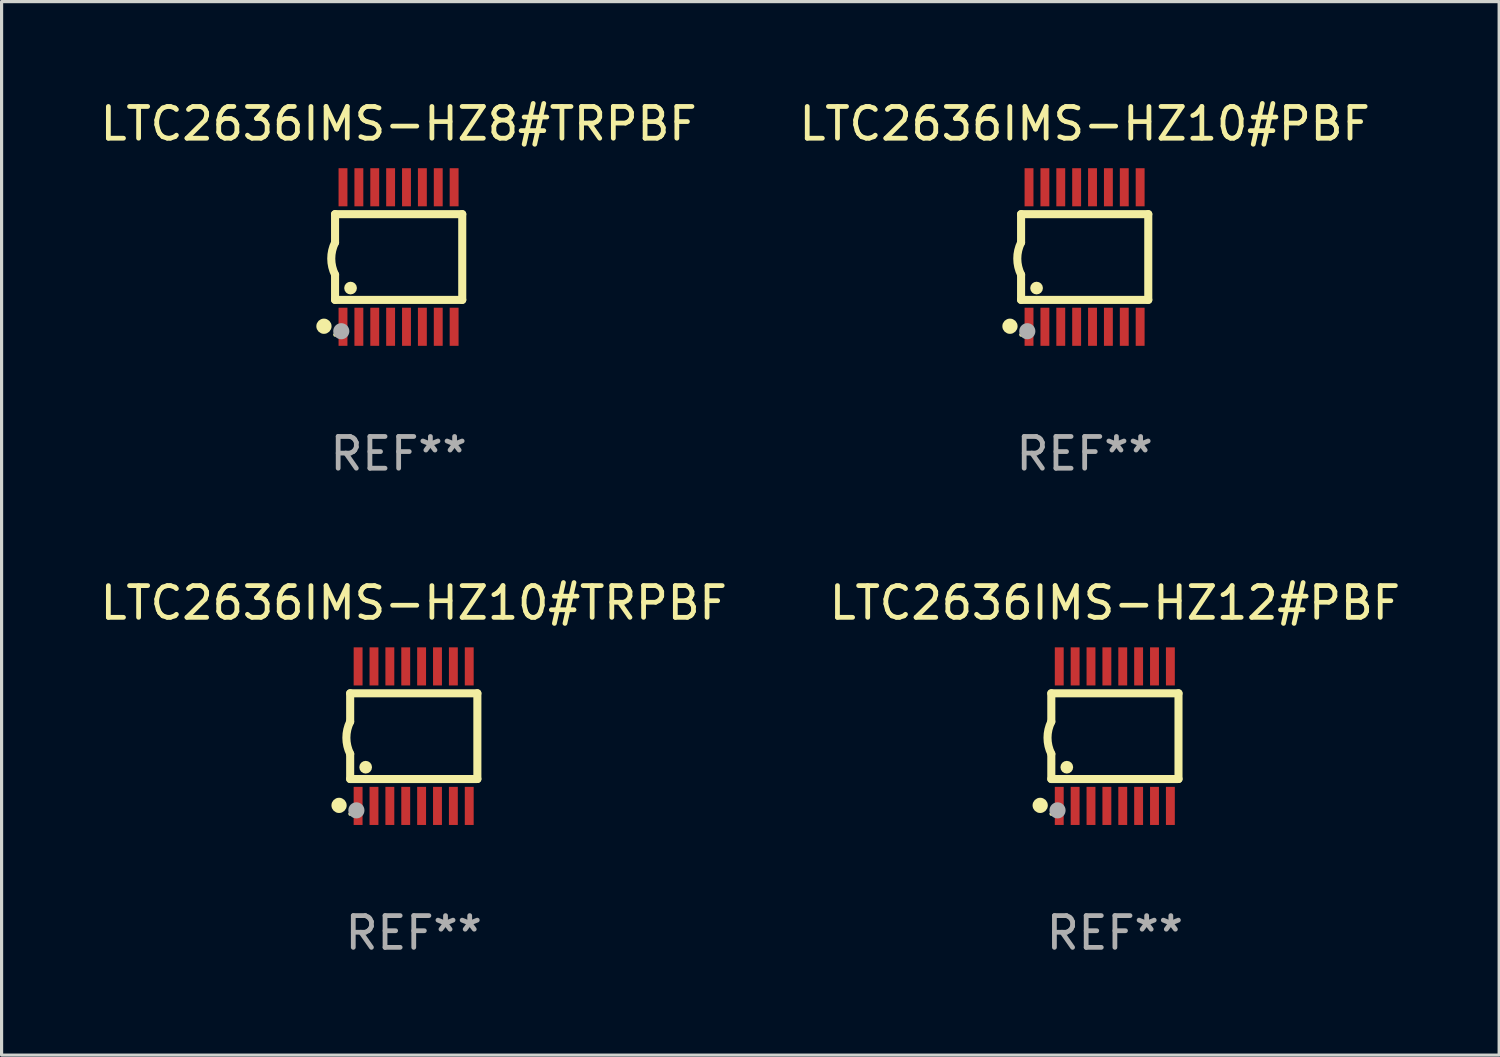
<source format=kicad_pcb>
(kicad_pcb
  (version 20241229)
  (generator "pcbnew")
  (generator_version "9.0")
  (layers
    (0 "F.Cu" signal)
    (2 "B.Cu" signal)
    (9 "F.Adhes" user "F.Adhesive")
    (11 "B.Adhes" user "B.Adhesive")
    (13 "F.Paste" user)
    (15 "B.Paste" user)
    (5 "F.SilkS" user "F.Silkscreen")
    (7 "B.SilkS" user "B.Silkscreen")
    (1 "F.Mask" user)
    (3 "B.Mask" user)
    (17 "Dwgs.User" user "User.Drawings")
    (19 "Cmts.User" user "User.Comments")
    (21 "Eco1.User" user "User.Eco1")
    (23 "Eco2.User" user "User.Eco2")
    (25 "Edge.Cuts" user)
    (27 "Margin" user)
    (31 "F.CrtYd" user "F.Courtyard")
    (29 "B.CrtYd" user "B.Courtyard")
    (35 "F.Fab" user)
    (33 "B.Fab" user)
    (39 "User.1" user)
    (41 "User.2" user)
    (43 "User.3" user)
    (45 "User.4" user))
  (footprint "LTC2636IMS-HZ10#TRPBF"
    (layer "F.Cu")
    (at 9.982 20.136)
    (property "Reference" "LTC2636IMS-HZ10#TRPBF" (at 0 -4.197 0) (layer "F.SilkS") (effects (font (size 1 1) (thickness 0.15))))
    (attr through_hole)
    (fp_line (start -2.003 -1.35) (end -2.003 -0.457) (stroke (width 0.254) (type solid)) (layer "F.SilkS"))
    (fp_line (start -2.003 -1.35) (end 2.003 -1.35) (stroke (width 0.254) (type solid)) (layer "F.SilkS"))
    (fp_line (start -2.003 1.35) (end -2.003 0.559) (stroke (width 0.254) (type solid)) (layer "F.SilkS"))
    (fp_line (start -2.003 1.35) (end 2.003 1.35) (stroke (width 0.254) (type solid)) (layer "F.SilkS"))
    (fp_line (start 2.003 -1.35) (end 2.003 1.35) (stroke (width 0.254) (type solid)) (layer "F.SilkS"))
    (fp_arc (start -2.002286 0.558802) (mid -2.122556 0.05092) (end -2.003302 -0.457201) (stroke (width 0.254001) (type solid)) (layer "F.SilkS"))
    (fp_circle (center -2.353 2.18) (end -2.233 2.18) (stroke (width 0.24) (type solid)) (fill no) (layer "F.SilkS"))
    (fp_circle (center -2.003 2.45) (end -1.973 2.45) (stroke (width 0.06) (type solid)) (fill no) (layer "F.SilkS"))
    (fp_circle (center -1.515 0.978) (end -1.415 0.978) (stroke (width 0.2) (type solid)) (fill no) (layer "F.SilkS"))
    (fp_circle (center -1.807 2.337) (end -1.68 2.337) (stroke (width 0.254) (type solid)) (fill no) (layer "F.Fab"))
    (fp_text user "REF**" (at 0 6.197 0) (layer "F.Fab") (effects (font (size 1 1) (thickness 0.15))))
    (pad "1" smd rect (at -1.753 2.197 90) (size 1.2 0.28) (layers "F.Cu" "F.Mask" "F.Paste"))
    (pad "2" smd rect (at -1.253 2.197 90) (size 1.2 0.28) (layers "F.Cu" "F.Mask" "F.Paste"))
    (pad "3" smd rect (at -0.753 2.197 90) (size 1.2 0.28) (layers "F.Cu" "F.Mask" "F.Paste"))
    (pad "4" smd rect (at -0.253 2.197 90) (size 1.2 0.28) (layers "F.Cu" "F.Mask" "F.Paste"))
    (pad "5" smd rect (at 0.247 2.197 90) (size 1.2 0.28) (layers "F.Cu" "F.Mask" "F.Paste"))
    (pad "6" smd rect (at 0.747 2.197 90) (size 1.2 0.28) (layers "F.Cu" "F.Mask" "F.Paste"))
    (pad "7" smd rect (at 1.247 2.197 90) (size 1.2 0.28) (layers "F.Cu" "F.Mask" "F.Paste"))
    (pad "8" smd rect (at 1.747 2.197 90) (size 1.2 0.28) (layers "F.Cu" "F.Mask" "F.Paste"))
    (pad "9" smd rect (at 1.747 -2.197 90) (size 1.2 0.28) (layers "F.Cu" "F.Mask" "F.Paste"))
    (pad "10" smd rect (at 1.247 -2.197 90) (size 1.2 0.28) (layers "F.Cu" "F.Mask" "F.Paste"))
    (pad "11" smd rect (at 0.747 -2.197 90) (size 1.2 0.28) (layers "F.Cu" "F.Mask" "F.Paste"))
    (pad "12" smd rect (at 0.247 -2.197 90) (size 1.2 0.28) (layers "F.Cu" "F.Mask" "F.Paste"))
    (pad "13" smd rect (at -0.253 -2.197 90) (size 1.2 0.28) (layers "F.Cu" "F.Mask" "F.Paste"))
    (pad "14" smd rect (at -0.753 -2.197 90) (size 1.2 0.28) (layers "F.Cu" "F.Mask" "F.Paste"))
    (pad "15" smd rect (at -1.253 -2.197 90) (size 1.2 0.28) (layers "F.Cu" "F.Mask" "F.Paste"))
    (pad "16" smd rect (at -1.753 -2.197 90) (size 1.2 0.28) (layers "F.Cu" "F.Mask" "F.Paste")))
  (footprint "LTC2636IMS-HZ10#PBF"
    (layer "F.Cu")
    (at 31.113 5.045)
    (property "Reference" "LTC2636IMS-HZ10#PBF" (at 0 -4.197 0) (layer "F.SilkS") (effects (font (size 1 1) (thickness 0.15))))
    (attr through_hole)
    (fp_line (start -2.003 -1.35) (end -2.003 -0.457) (stroke (width 0.254) (type solid)) (layer "F.SilkS"))
    (fp_line (start -2.003 -1.35) (end 2.003 -1.35) (stroke (width 0.254) (type solid)) (layer "F.SilkS"))
    (fp_line (start -2.003 1.35) (end -2.003 0.559) (stroke (width 0.254) (type solid)) (layer "F.SilkS"))
    (fp_line (start -2.003 1.35) (end 2.003 1.35) (stroke (width 0.254) (type solid)) (layer "F.SilkS"))
    (fp_line (start 2.003 -1.35) (end 2.003 1.35) (stroke (width 0.254) (type solid)) (layer "F.SilkS"))
    (fp_arc (start -2.002286 0.558802) (mid -2.122556 0.05092) (end -2.003302 -0.457201) (stroke (width 0.254001) (type solid)) (layer "F.SilkS"))
    (fp_circle (center -2.353 2.18) (end -2.233 2.18) (stroke (width 0.24) (type solid)) (fill no) (layer "F.SilkS"))
    (fp_circle (center -2.003 2.45) (end -1.973 2.45) (stroke (width 0.06) (type solid)) (fill no) (layer "F.SilkS"))
    (fp_circle (center -1.515 0.978) (end -1.415 0.978) (stroke (width 0.2) (type solid)) (fill no) (layer "F.SilkS"))
    (fp_circle (center -1.807 2.337) (end -1.68 2.337) (stroke (width 0.254) (type solid)) (fill no) (layer "F.Fab"))
    (fp_text user "REF**" (at 0 6.197 0) (layer "F.Fab") (effects (font (size 1 1) (thickness 0.15))))
    (pad "1" smd rect (at -1.753 2.197 90) (size 1.2 0.28) (layers "F.Cu" "F.Mask" "F.Paste"))
    (pad "2" smd rect (at -1.253 2.197 90) (size 1.2 0.28) (layers "F.Cu" "F.Mask" "F.Paste"))
    (pad "3" smd rect (at -0.753 2.197 90) (size 1.2 0.28) (layers "F.Cu" "F.Mask" "F.Paste"))
    (pad "4" smd rect (at -0.253 2.197 90) (size 1.2 0.28) (layers "F.Cu" "F.Mask" "F.Paste"))
    (pad "5" smd rect (at 0.247 2.197 90) (size 1.2 0.28) (layers "F.Cu" "F.Mask" "F.Paste"))
    (pad "6" smd rect (at 0.747 2.197 90) (size 1.2 0.28) (layers "F.Cu" "F.Mask" "F.Paste"))
    (pad "7" smd rect (at 1.247 2.197 90) (size 1.2 0.28) (layers "F.Cu" "F.Mask" "F.Paste"))
    (pad "8" smd rect (at 1.747 2.197 90) (size 1.2 0.28) (layers "F.Cu" "F.Mask" "F.Paste"))
    (pad "9" smd rect (at 1.747 -2.197 90) (size 1.2 0.28) (layers "F.Cu" "F.Mask" "F.Paste"))
    (pad "10" smd rect (at 1.247 -2.197 90) (size 1.2 0.28) (layers "F.Cu" "F.Mask" "F.Paste"))
    (pad "11" smd rect (at 0.747 -2.197 90) (size 1.2 0.28) (layers "F.Cu" "F.Mask" "F.Paste"))
    (pad "12" smd rect (at 0.247 -2.197 90) (size 1.2 0.28) (layers "F.Cu" "F.Mask" "F.Paste"))
    (pad "13" smd rect (at -0.253 -2.197 90) (size 1.2 0.28) (layers "F.Cu" "F.Mask" "F.Paste"))
    (pad "14" smd rect (at -0.753 -2.197 90) (size 1.2 0.28) (layers "F.Cu" "F.Mask" "F.Paste"))
    (pad "15" smd rect (at -1.253 -2.197 90) (size 1.2 0.28) (layers "F.Cu" "F.Mask" "F.Paste"))
    (pad "16" smd rect (at -1.753 -2.197 90) (size 1.2 0.28) (layers "F.Cu" "F.Mask" "F.Paste")))
  (footprint "LTC2636IMS-HZ12#PBF"
    (layer "F.Cu")
    (at 32.065 20.136)
    (property "Reference" "LTC2636IMS-HZ12#PBF" (at 0 -4.197 0) (layer "F.SilkS") (effects (font (size 1 1) (thickness 0.15))))
    (attr through_hole)
    (fp_line (start -2.003 -1.35) (end -2.003 -0.457) (stroke (width 0.254) (type solid)) (layer "F.SilkS"))
    (fp_line (start -2.003 -1.35) (end 2.003 -1.35) (stroke (width 0.254) (type solid)) (layer "F.SilkS"))
    (fp_line (start -2.003 1.35) (end -2.003 0.559) (stroke (width 0.254) (type solid)) (layer "F.SilkS"))
    (fp_line (start -2.003 1.35) (end 2.003 1.35) (stroke (width 0.254) (type solid)) (layer "F.SilkS"))
    (fp_line (start 2.003 -1.35) (end 2.003 1.35) (stroke (width 0.254) (type solid)) (layer "F.SilkS"))
    (fp_arc (start -2.002286 0.558802) (mid -2.122556 0.05092) (end -2.003302 -0.457201) (stroke (width 0.254001) (type solid)) (layer "F.SilkS"))
    (fp_circle (center -2.353 2.18) (end -2.233 2.18) (stroke (width 0.24) (type solid)) (fill no) (layer "F.SilkS"))
    (fp_circle (center -2.003 2.45) (end -1.973 2.45) (stroke (width 0.06) (type solid)) (fill no) (layer "F.SilkS"))
    (fp_circle (center -1.515 0.978) (end -1.415 0.978) (stroke (width 0.2) (type solid)) (fill no) (layer "F.SilkS"))
    (fp_circle (center -1.807 2.337) (end -1.68 2.337) (stroke (width 0.254) (type solid)) (fill no) (layer "F.Fab"))
    (fp_text user "REF**" (at 0 6.197 0) (layer "F.Fab") (effects (font (size 1 1) (thickness 0.15))))
    (pad "1" smd rect (at -1.753 2.197 90) (size 1.2 0.28) (layers "F.Cu" "F.Mask" "F.Paste"))
    (pad "2" smd rect (at -1.253 2.197 90) (size 1.2 0.28) (layers "F.Cu" "F.Mask" "F.Paste"))
    (pad "3" smd rect (at -0.753 2.197 90) (size 1.2 0.28) (layers "F.Cu" "F.Mask" "F.Paste"))
    (pad "4" smd rect (at -0.253 2.197 90) (size 1.2 0.28) (layers "F.Cu" "F.Mask" "F.Paste"))
    (pad "5" smd rect (at 0.247 2.197 90) (size 1.2 0.28) (layers "F.Cu" "F.Mask" "F.Paste"))
    (pad "6" smd rect (at 0.747 2.197 90) (size 1.2 0.28) (layers "F.Cu" "F.Mask" "F.Paste"))
    (pad "7" smd rect (at 1.247 2.197 90) (size 1.2 0.28) (layers "F.Cu" "F.Mask" "F.Paste"))
    (pad "8" smd rect (at 1.747 2.197 90) (size 1.2 0.28) (layers "F.Cu" "F.Mask" "F.Paste"))
    (pad "9" smd rect (at 1.747 -2.197 90) (size 1.2 0.28) (layers "F.Cu" "F.Mask" "F.Paste"))
    (pad "10" smd rect (at 1.247 -2.197 90) (size 1.2 0.28) (layers "F.Cu" "F.Mask" "F.Paste"))
    (pad "11" smd rect (at 0.747 -2.197 90) (size 1.2 0.28) (layers "F.Cu" "F.Mask" "F.Paste"))
    (pad "12" smd rect (at 0.247 -2.197 90) (size 1.2 0.28) (layers "F.Cu" "F.Mask" "F.Paste"))
    (pad "13" smd rect (at -0.253 -2.197 90) (size 1.2 0.28) (layers "F.Cu" "F.Mask" "F.Paste"))
    (pad "14" smd rect (at -0.753 -2.197 90) (size 1.2 0.28) (layers "F.Cu" "F.Mask" "F.Paste"))
    (pad "15" smd rect (at -1.253 -2.197 90) (size 1.2 0.28) (layers "F.Cu" "F.Mask" "F.Paste"))
    (pad "16" smd rect (at -1.753 -2.197 90) (size 1.2 0.28) (layers "F.Cu" "F.Mask" "F.Paste")))
  (footprint "LTC2636IMS-HZ8#TRPBF"
    (layer "F.Cu")
    (at 9.506 5.045)
    (property "Reference" "LTC2636IMS-HZ8#TRPBF" (at 0 -4.197 0) (layer "F.SilkS") (effects (font (size 1 1) (thickness 0.15))))
    (attr through_hole)
    (fp_line (start -2.003 -1.35) (end -2.003 -0.457) (stroke (width 0.254) (type solid)) (layer "F.SilkS"))
    (fp_line (start -2.003 -1.35) (end 2.003 -1.35) (stroke (width 0.254) (type solid)) (layer "F.SilkS"))
    (fp_line (start -2.003 1.35) (end -2.003 0.559) (stroke (width 0.254) (type solid)) (layer "F.SilkS"))
    (fp_line (start -2.003 1.35) (end 2.003 1.35) (stroke (width 0.254) (type solid)) (layer "F.SilkS"))
    (fp_line (start 2.003 -1.35) (end 2.003 1.35) (stroke (width 0.254) (type solid)) (layer "F.SilkS"))
    (fp_arc (start -2.002286 0.558802) (mid -2.122556 0.05092) (end -2.003302 -0.457201) (stroke (width 0.254001) (type solid)) (layer "F.SilkS"))
    (fp_circle (center -2.353 2.18) (end -2.233 2.18) (stroke (width 0.24) (type solid)) (fill no) (layer "F.SilkS"))
    (fp_circle (center -2.003 2.45) (end -1.973 2.45) (stroke (width 0.06) (type solid)) (fill no) (layer "F.SilkS"))
    (fp_circle (center -1.515 0.978) (end -1.415 0.978) (stroke (width 0.2) (type solid)) (fill no) (layer "F.SilkS"))
    (fp_circle (center -1.807 2.337) (end -1.68 2.337) (stroke (width 0.254) (type solid)) (fill no) (layer "F.Fab"))
    (fp_text user "REF**" (at 0 6.197 0) (layer "F.Fab") (effects (font (size 1 1) (thickness 0.15))))
    (pad "1" smd rect (at -1.753 2.197 90) (size 1.2 0.28) (layers "F.Cu" "F.Mask" "F.Paste"))
    (pad "2" smd rect (at -1.253 2.197 90) (size 1.2 0.28) (layers "F.Cu" "F.Mask" "F.Paste"))
    (pad "3" smd rect (at -0.753 2.197 90) (size 1.2 0.28) (layers "F.Cu" "F.Mask" "F.Paste"))
    (pad "4" smd rect (at -0.253 2.197 90) (size 1.2 0.28) (layers "F.Cu" "F.Mask" "F.Paste"))
    (pad "5" smd rect (at 0.247 2.197 90) (size 1.2 0.28) (layers "F.Cu" "F.Mask" "F.Paste"))
    (pad "6" smd rect (at 0.747 2.197 90) (size 1.2 0.28) (layers "F.Cu" "F.Mask" "F.Paste"))
    (pad "7" smd rect (at 1.247 2.197 90) (size 1.2 0.28) (layers "F.Cu" "F.Mask" "F.Paste"))
    (pad "8" smd rect (at 1.747 2.197 90) (size 1.2 0.28) (layers "F.Cu" "F.Mask" "F.Paste"))
    (pad "9" smd rect (at 1.747 -2.197 90) (size 1.2 0.28) (layers "F.Cu" "F.Mask" "F.Paste"))
    (pad "10" smd rect (at 1.247 -2.197 90) (size 1.2 0.28) (layers "F.Cu" "F.Mask" "F.Paste"))
    (pad "11" smd rect (at 0.747 -2.197 90) (size 1.2 0.28) (layers "F.Cu" "F.Mask" "F.Paste"))
    (pad "12" smd rect (at 0.247 -2.197 90) (size 1.2 0.28) (layers "F.Cu" "F.Mask" "F.Paste"))
    (pad "13" smd rect (at -0.253 -2.197 90) (size 1.2 0.28) (layers "F.Cu" "F.Mask" "F.Paste"))
    (pad "14" smd rect (at -0.753 -2.197 90) (size 1.2 0.28) (layers "F.Cu" "F.Mask" "F.Paste"))
    (pad "15" smd rect (at -1.253 -2.197 90) (size 1.2 0.28) (layers "F.Cu" "F.Mask" "F.Paste"))
    (pad "16" smd rect (at -1.753 -2.197 90) (size 1.2 0.28) (layers "F.Cu" "F.Mask" "F.Paste")))
  (gr_rect
    (start -3 -3)
    (end 44.167 30.181)
    (stroke (width 0.1) (type default))
    (fill no)
    (layer "Edge.Cuts")))
</source>
